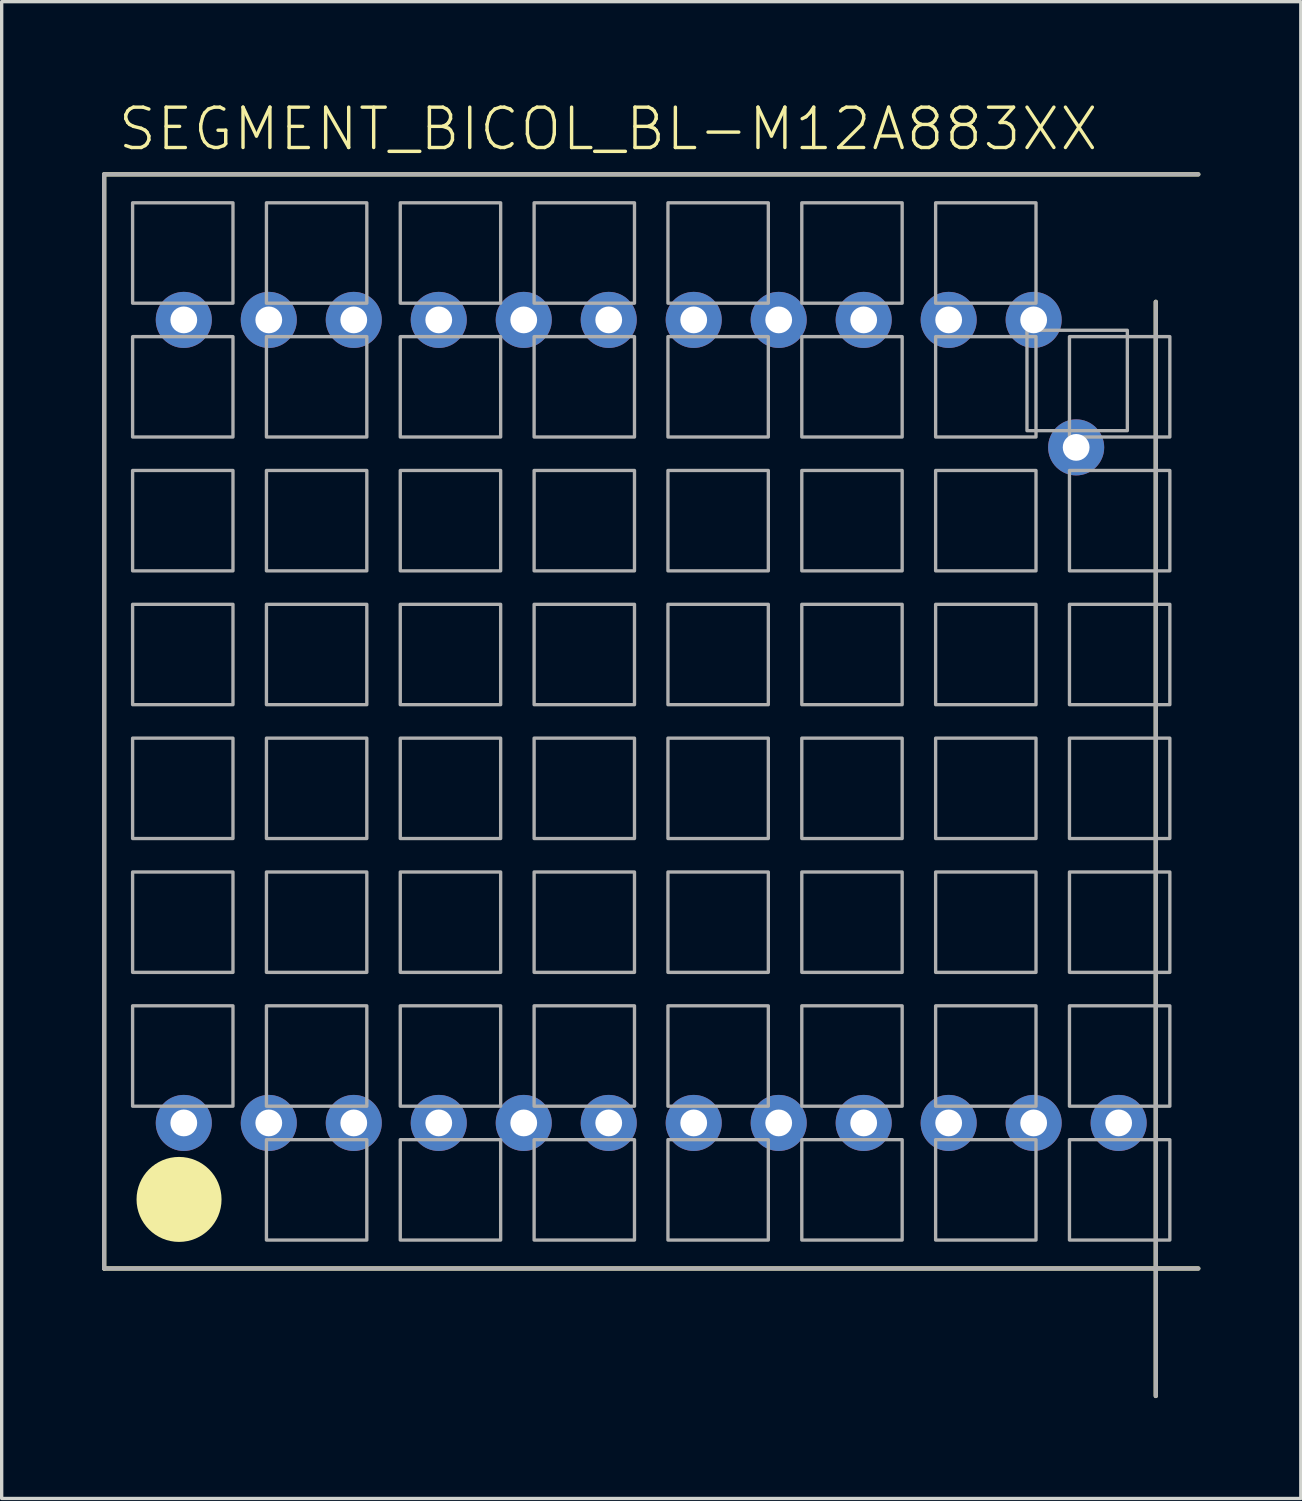
<source format=kicad_pcb>
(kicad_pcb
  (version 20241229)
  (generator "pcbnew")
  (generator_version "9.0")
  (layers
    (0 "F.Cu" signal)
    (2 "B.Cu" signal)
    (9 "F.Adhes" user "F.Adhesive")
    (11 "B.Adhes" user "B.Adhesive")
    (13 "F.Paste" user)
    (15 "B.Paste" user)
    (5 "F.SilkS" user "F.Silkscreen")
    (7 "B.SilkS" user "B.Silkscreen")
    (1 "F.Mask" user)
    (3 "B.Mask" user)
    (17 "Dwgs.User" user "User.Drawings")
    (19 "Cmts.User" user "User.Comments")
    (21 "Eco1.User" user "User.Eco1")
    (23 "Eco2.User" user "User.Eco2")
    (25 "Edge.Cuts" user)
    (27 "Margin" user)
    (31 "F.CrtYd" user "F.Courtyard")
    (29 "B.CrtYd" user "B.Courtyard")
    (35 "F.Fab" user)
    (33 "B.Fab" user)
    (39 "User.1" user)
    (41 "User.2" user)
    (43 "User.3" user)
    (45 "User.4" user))
  (footprint "SEGMENT_BICOL_BL-M12A883XX"
    (layer "F.Cu")
    (at 16.413 18.511)
    (property "Reference" "SEGMENT_BICOL_BL-M12A883XX" (at -16 -17 0) (layer "F.SilkS") (effects (font (size 1.206 1.206) (thickness 0.102)) (justify left bottom)))
    (attr through_hole)
    (fp_line (start -16.35 -16.35) (end 16.35 -16.35) (stroke (width 0.127) (type solid)) (layer "F.SilkS"))
    (fp_line (start -16.35 16.35) (end -16.35 -16.35) (stroke (width 0.127) (type solid)) (layer "F.SilkS"))
    (fp_line (start 15.08 -12.54) (end 15.08 20.16) (stroke (width 0.127) (type solid)) (layer "F.SilkS"))
    (fp_line (start 16.35 16.35) (end -16.35 16.35) (stroke (width 0.127) (type solid)) (layer "F.SilkS"))
    (fp_circle (center -14.112 14.286) (end -13.477 14.286) (stroke (width 1.27) (type solid)) (fill no) (layer "F.SilkS"))
    (fp_line (start -16.35 -16.35) (end 16.35 -16.35) (stroke (width 0.127) (type solid)) (layer "F.Fab"))
    (fp_line (start -16.35 16.35) (end -16.35 -16.35) (stroke (width 0.127) (type solid)) (layer "F.Fab"))
    (fp_line (start 15.08 -12.54) (end 15.08 20.16) (stroke (width 0.127) (type solid)) (layer "F.Fab"))
    (fp_line (start 16.35 16.35) (end -16.35 16.35) (stroke (width 0.127) (type solid)) (layer "F.Fab"))
    (fp_poly (pts (xy -15.5 -12.5) (xy -12.5 -12.5) (xy -12.5 -15.5) (xy -15.5 -15.5)) (stroke (width 0.1) (type solid)) (fill no) (layer "F.Fab"))
    (fp_poly (pts (xy -15.5 -8.5) (xy -12.5 -8.5) (xy -12.5 -11.5) (xy -15.5 -11.5)) (stroke (width 0.1) (type solid)) (fill no) (layer "F.Fab"))
    (fp_poly (pts (xy -15.5 -4.5) (xy -12.5 -4.5) (xy -12.5 -7.5) (xy -15.5 -7.5)) (stroke (width 0.1) (type solid)) (fill no) (layer "F.Fab"))
    (fp_poly (pts (xy -15.5 -0.5) (xy -12.5 -0.5) (xy -12.5 -3.5) (xy -15.5 -3.5)) (stroke (width 0.1) (type solid)) (fill no) (layer "F.Fab"))
    (fp_poly (pts (xy -15.5 3.5) (xy -12.5 3.5) (xy -12.5 0.5) (xy -15.5 0.5)) (stroke (width 0.1) (type solid)) (fill no) (layer "F.Fab"))
    (fp_poly (pts (xy -15.5 7.5) (xy -12.5 7.5) (xy -12.5 4.5) (xy -15.5 4.5)) (stroke (width 0.1) (type solid)) (fill no) (layer "F.Fab"))
    (fp_poly (pts (xy -15.5 11.5) (xy -12.5 11.5) (xy -12.5 8.5) (xy -15.5 8.5)) (stroke (width 0.1) (type solid)) (fill no) (layer "F.Fab"))
    (fp_poly (pts (xy -11.5 -12.5) (xy -8.5 -12.5) (xy -8.5 -15.5) (xy -11.5 -15.5)) (stroke (width 0.1) (type solid)) (fill no) (layer "F.Fab"))
    (fp_poly (pts (xy -11.5 -8.5) (xy -8.5 -8.5) (xy -8.5 -11.5) (xy -11.5 -11.5)) (stroke (width 0.1) (type solid)) (fill no) (layer "F.Fab"))
    (fp_poly (pts (xy -11.5 -4.5) (xy -8.5 -4.5) (xy -8.5 -7.5) (xy -11.5 -7.5)) (stroke (width 0.1) (type solid)) (fill no) (layer "F.Fab"))
    (fp_poly (pts (xy -11.5 -0.5) (xy -8.5 -0.5) (xy -8.5 -3.5) (xy -11.5 -3.5)) (stroke (width 0.1) (type solid)) (fill no) (layer "F.Fab"))
    (fp_poly (pts (xy -11.5 3.5) (xy -8.5 3.5) (xy -8.5 0.5) (xy -11.5 0.5)) (stroke (width 0.1) (type solid)) (fill no) (layer "F.Fab"))
    (fp_poly (pts (xy -11.5 7.5) (xy -8.5 7.5) (xy -8.5 4.5) (xy -11.5 4.5)) (stroke (width 0.1) (type solid)) (fill no) (layer "F.Fab"))
    (fp_poly (pts (xy -11.5 11.5) (xy -8.5 11.5) (xy -8.5 8.5) (xy -11.5 8.5)) (stroke (width 0.1) (type solid)) (fill no) (layer "F.Fab"))
    (fp_poly (pts (xy -11.5 15.5) (xy -8.5 15.5) (xy -8.5 12.5) (xy -11.5 12.5)) (stroke (width 0.1) (type solid)) (fill no) (layer "F.Fab"))
    (fp_poly (pts (xy -7.5 -12.5) (xy -4.5 -12.5) (xy -4.5 -15.5) (xy -7.5 -15.5)) (stroke (width 0.1) (type solid)) (fill no) (layer "F.Fab"))
    (fp_poly (pts (xy -7.5 -8.5) (xy -4.5 -8.5) (xy -4.5 -11.5) (xy -7.5 -11.5)) (stroke (width 0.1) (type solid)) (fill no) (layer "F.Fab"))
    (fp_poly (pts (xy -7.5 -4.5) (xy -4.5 -4.5) (xy -4.5 -7.5) (xy -7.5 -7.5)) (stroke (width 0.1) (type solid)) (fill no) (layer "F.Fab"))
    (fp_poly (pts (xy -7.5 -0.5) (xy -4.5 -0.5) (xy -4.5 -3.5) (xy -7.5 -3.5)) (stroke (width 0.1) (type solid)) (fill no) (layer "F.Fab"))
    (fp_poly (pts (xy -7.5 3.5) (xy -4.5 3.5) (xy -4.5 0.5) (xy -7.5 0.5)) (stroke (width 0.1) (type solid)) (fill no) (layer "F.Fab"))
    (fp_poly (pts (xy -7.5 7.5) (xy -4.5 7.5) (xy -4.5 4.5) (xy -7.5 4.5)) (stroke (width 0.1) (type solid)) (fill no) (layer "F.Fab"))
    (fp_poly (pts (xy -7.5 11.5) (xy -4.5 11.5) (xy -4.5 8.5) (xy -7.5 8.5)) (stroke (width 0.1) (type solid)) (fill no) (layer "F.Fab"))
    (fp_poly (pts (xy -7.5 15.5) (xy -4.5 15.5) (xy -4.5 12.5) (xy -7.5 12.5)) (stroke (width 0.1) (type solid)) (fill no) (layer "F.Fab"))
    (fp_poly (pts (xy -3.5 -12.5) (xy -0.5 -12.5) (xy -0.5 -15.5) (xy -3.5 -15.5)) (stroke (width 0.1) (type solid)) (fill no) (layer "F.Fab"))
    (fp_poly (pts (xy -3.5 -8.5) (xy -0.5 -8.5) (xy -0.5 -11.5) (xy -3.5 -11.5)) (stroke (width 0.1) (type solid)) (fill no) (layer "F.Fab"))
    (fp_poly (pts (xy -3.5 -4.5) (xy -0.5 -4.5) (xy -0.5 -7.5) (xy -3.5 -7.5)) (stroke (width 0.1) (type solid)) (fill no) (layer "F.Fab"))
    (fp_poly (pts (xy -3.5 -0.5) (xy -0.5 -0.5) (xy -0.5 -3.5) (xy -3.5 -3.5)) (stroke (width 0.1) (type solid)) (fill no) (layer "F.Fab"))
    (fp_poly (pts (xy -3.5 3.5) (xy -0.5 3.5) (xy -0.5 0.5) (xy -3.5 0.5)) (stroke (width 0.1) (type solid)) (fill no) (layer "F.Fab"))
    (fp_poly (pts (xy -3.5 7.5) (xy -0.5 7.5) (xy -0.5 4.5) (xy -3.5 4.5)) (stroke (width 0.1) (type solid)) (fill no) (layer "F.Fab"))
    (fp_poly (pts (xy -3.5 11.5) (xy -0.5 11.5) (xy -0.5 8.5) (xy -3.5 8.5)) (stroke (width 0.1) (type solid)) (fill no) (layer "F.Fab"))
    (fp_poly (pts (xy -3.5 15.5) (xy -0.5 15.5) (xy -0.5 12.5) (xy -3.5 12.5)) (stroke (width 0.1) (type solid)) (fill no) (layer "F.Fab"))
    (fp_poly (pts (xy 0.5 -12.5) (xy 3.5 -12.5) (xy 3.5 -15.5) (xy 0.5 -15.5)) (stroke (width 0.1) (type solid)) (fill no) (layer "F.Fab"))
    (fp_poly (pts (xy 0.5 -8.5) (xy 3.5 -8.5) (xy 3.5 -11.5) (xy 0.5 -11.5)) (stroke (width 0.1) (type solid)) (fill no) (layer "F.Fab"))
    (fp_poly (pts (xy 0.5 -4.5) (xy 3.5 -4.5) (xy 3.5 -7.5) (xy 0.5 -7.5)) (stroke (width 0.1) (type solid)) (fill no) (layer "F.Fab"))
    (fp_poly (pts (xy 0.5 -0.5) (xy 3.5 -0.5) (xy 3.5 -3.5) (xy 0.5 -3.5)) (stroke (width 0.1) (type solid)) (fill no) (layer "F.Fab"))
    (fp_poly (pts (xy 0.5 3.5) (xy 3.5 3.5) (xy 3.5 0.5) (xy 0.5 0.5)) (stroke (width 0.1) (type solid)) (fill no) (layer "F.Fab"))
    (fp_poly (pts (xy 0.5 7.5) (xy 3.5 7.5) (xy 3.5 4.5) (xy 0.5 4.5)) (stroke (width 0.1) (type solid)) (fill no) (layer "F.Fab"))
    (fp_poly (pts (xy 0.5 11.5) (xy 3.5 11.5) (xy 3.5 8.5) (xy 0.5 8.5)) (stroke (width 0.1) (type solid)) (fill no) (layer "F.Fab"))
    (fp_poly (pts (xy 0.5 15.5) (xy 3.5 15.5) (xy 3.5 12.5) (xy 0.5 12.5)) (stroke (width 0.1) (type solid)) (fill no) (layer "F.Fab"))
    (fp_poly (pts (xy 4.5 -12.5) (xy 7.5 -12.5) (xy 7.5 -15.5) (xy 4.5 -15.5)) (stroke (width 0.1) (type solid)) (fill no) (layer "F.Fab"))
    (fp_poly (pts (xy 4.5 -8.5) (xy 7.5 -8.5) (xy 7.5 -11.5) (xy 4.5 -11.5)) (stroke (width 0.1) (type solid)) (fill no) (layer "F.Fab"))
    (fp_poly (pts (xy 4.5 -4.5) (xy 7.5 -4.5) (xy 7.5 -7.5) (xy 4.5 -7.5)) (stroke (width 0.1) (type solid)) (fill no) (layer "F.Fab"))
    (fp_poly (pts (xy 4.5 -0.5) (xy 7.5 -0.5) (xy 7.5 -3.5) (xy 4.5 -3.5)) (stroke (width 0.1) (type solid)) (fill no) (layer "F.Fab"))
    (fp_poly (pts (xy 4.5 3.5) (xy 7.5 3.5) (xy 7.5 0.5) (xy 4.5 0.5)) (stroke (width 0.1) (type solid)) (fill no) (layer "F.Fab"))
    (fp_poly (pts (xy 4.5 7.5) (xy 7.5 7.5) (xy 7.5 4.5) (xy 4.5 4.5)) (stroke (width 0.1) (type solid)) (fill no) (layer "F.Fab"))
    (fp_poly (pts (xy 4.5 11.5) (xy 7.5 11.5) (xy 7.5 8.5) (xy 4.5 8.5)) (stroke (width 0.1) (type solid)) (fill no) (layer "F.Fab"))
    (fp_poly (pts (xy 4.5 15.5) (xy 7.5 15.5) (xy 7.5 12.5) (xy 4.5 12.5)) (stroke (width 0.1) (type solid)) (fill no) (layer "F.Fab"))
    (fp_poly (pts (xy 8.5 -12.5) (xy 11.5 -12.5) (xy 11.5 -15.5) (xy 8.5 -15.5)) (stroke (width 0.1) (type solid)) (fill no) (layer "F.Fab"))
    (fp_poly (pts (xy 8.5 -8.5) (xy 11.5 -8.5) (xy 11.5 -11.5) (xy 8.5 -11.5)) (stroke (width 0.1) (type solid)) (fill no) (layer "F.Fab"))
    (fp_poly (pts (xy 8.5 -4.5) (xy 11.5 -4.5) (xy 11.5 -7.5) (xy 8.5 -7.5)) (stroke (width 0.1) (type solid)) (fill no) (layer "F.Fab"))
    (fp_poly (pts (xy 8.5 -0.5) (xy 11.5 -0.5) (xy 11.5 -3.5) (xy 8.5 -3.5)) (stroke (width 0.1) (type solid)) (fill no) (layer "F.Fab"))
    (fp_poly (pts (xy 8.5 3.5) (xy 11.5 3.5) (xy 11.5 0.5) (xy 8.5 0.5)) (stroke (width 0.1) (type solid)) (fill no) (layer "F.Fab"))
    (fp_poly (pts (xy 8.5 7.5) (xy 11.5 7.5) (xy 11.5 4.5) (xy 8.5 4.5)) (stroke (width 0.1) (type solid)) (fill no) (layer "F.Fab"))
    (fp_poly (pts (xy 8.5 11.5) (xy 11.5 11.5) (xy 11.5 8.5) (xy 8.5 8.5)) (stroke (width 0.1) (type solid)) (fill no) (layer "F.Fab"))
    (fp_poly (pts (xy 8.5 15.5) (xy 11.5 15.5) (xy 11.5 12.5) (xy 8.5 12.5)) (stroke (width 0.1) (type solid)) (fill no) (layer "F.Fab"))
    (fp_poly (pts (xy 11.23 -8.69) (xy 14.23 -8.69) (xy 14.23 -11.69) (xy 11.23 -11.69)) (stroke (width 0.1) (type solid)) (fill no) (layer "F.Fab"))
    (fp_poly (pts (xy 12.5 -8.5) (xy 15.5 -8.5) (xy 15.5 -11.5) (xy 12.5 -11.5)) (stroke (width 0.1) (type solid)) (fill no) (layer "F.Fab"))
    (fp_poly (pts (xy 12.5 -4.5) (xy 15.5 -4.5) (xy 15.5 -7.5) (xy 12.5 -7.5)) (stroke (width 0.1) (type solid)) (fill no) (layer "F.Fab"))
    (fp_poly (pts (xy 12.5 -0.5) (xy 15.5 -0.5) (xy 15.5 -3.5) (xy 12.5 -3.5)) (stroke (width 0.1) (type solid)) (fill no) (layer "F.Fab"))
    (fp_poly (pts (xy 12.5 3.5) (xy 15.5 3.5) (xy 15.5 0.5) (xy 12.5 0.5)) (stroke (width 0.1) (type solid)) (fill no) (layer "F.Fab"))
    (fp_poly (pts (xy 12.5 7.5) (xy 15.5 7.5) (xy 15.5 4.5) (xy 12.5 4.5)) (stroke (width 0.1) (type solid)) (fill no) (layer "F.Fab"))
    (fp_poly (pts (xy 12.5 11.5) (xy 15.5 11.5) (xy 15.5 8.5) (xy 12.5 8.5)) (stroke (width 0.1) (type solid)) (fill no) (layer "F.Fab"))
    (fp_poly (pts (xy 12.5 15.5) (xy 15.5 15.5) (xy 15.5 12.5) (xy 12.5 12.5)) (stroke (width 0.1) (type solid)) (fill no) (layer "F.Fab"))
    (pad "1" thru_hole circle (at -13.97 12) (size 1.676 1.676) (drill 0.8) (layers "*.Cu" "*.Mask"))
    (pad "2" thru_hole circle (at -11.43 12) (size 1.676 1.676) (drill 0.8) (layers "*.Cu" "*.Mask"))
    (pad "3" thru_hole circle (at -8.89 12) (size 1.676 1.676) (drill 0.8) (layers "*.Cu" "*.Mask"))
    (pad "4" thru_hole circle (at -6.35 12) (size 1.676 1.676) (drill 0.8) (layers "*.Cu" "*.Mask"))
    (pad "5" thru_hole circle (at -3.81 12) (size 1.676 1.676) (drill 0.8) (layers "*.Cu" "*.Mask"))
    (pad "6" thru_hole circle (at -1.27 12) (size 1.676 1.676) (drill 0.8) (layers "*.Cu" "*.Mask"))
    (pad "7" thru_hole circle (at 1.27 12) (size 1.676 1.676) (drill 0.8) (layers "*.Cu" "*.Mask"))
    (pad "8" thru_hole circle (at 3.81 12) (size 1.676 1.676) (drill 0.8) (layers "*.Cu" "*.Mask"))
    (pad "9" thru_hole circle (at 6.35 12) (size 1.676 1.676) (drill 0.8) (layers "*.Cu" "*.Mask"))
    (pad "10" thru_hole circle (at 8.89 12) (size 1.676 1.676) (drill 0.8) (layers "*.Cu" "*.Mask"))
    (pad "11" thru_hole circle (at 11.43 12) (size 1.676 1.676) (drill 0.8) (layers "*.Cu" "*.Mask"))
    (pad "12" thru_hole circle (at 13.97 12) (size 1.676 1.676) (drill 0.8) (layers "*.Cu" "*.Mask"))
    (pad "13" thru_hole circle (at 12.7 -8.19 180) (size 1.676 1.676) (drill 0.8) (layers "*.Cu" "*.Mask"))
    (pad "14" thru_hole circle (at 11.43 -12 180) (size 1.676 1.676) (drill 0.8) (layers "*.Cu" "*.Mask"))
    (pad "15" thru_hole circle (at 8.89 -12 180) (size 1.676 1.676) (drill 0.8) (layers "*.Cu" "*.Mask"))
    (pad "16" thru_hole circle (at 6.35 -12 180) (size 1.676 1.676) (drill 0.8) (layers "*.Cu" "*.Mask"))
    (pad "17" thru_hole circle (at 3.81 -12 180) (size 1.676 1.676) (drill 0.8) (layers "*.Cu" "*.Mask"))
    (pad "18" thru_hole circle (at 1.27 -12 180) (size 1.676 1.676) (drill 0.8) (layers "*.Cu" "*.Mask"))
    (pad "19" thru_hole circle (at -1.27 -12 180) (size 1.676 1.676) (drill 0.8) (layers "*.Cu" "*.Mask"))
    (pad "20" thru_hole circle (at -3.81 -12 180) (size 1.676 1.676) (drill 0.8) (layers "*.Cu" "*.Mask"))
    (pad "21" thru_hole circle (at -6.35 -12 180) (size 1.676 1.676) (drill 0.8) (layers "*.Cu" "*.Mask"))
    (pad "22" thru_hole circle (at -8.89 -12 180) (size 1.676 1.676) (drill 0.8) (layers "*.Cu" "*.Mask"))
    (pad "23" thru_hole circle (at -11.43 -12 180) (size 1.676 1.676) (drill 0.8) (layers "*.Cu" "*.Mask"))
    (pad "24" thru_hole circle (at -13.97 -12 180) (size 1.676 1.676) (drill 0.8) (layers "*.Cu" "*.Mask")))
  (gr_rect
    (start -3 -3)
    (end 35.827 41.735)
    (stroke (width 0.1) (type default))
    (fill no)
    (layer "Edge.Cuts")))
</source>
